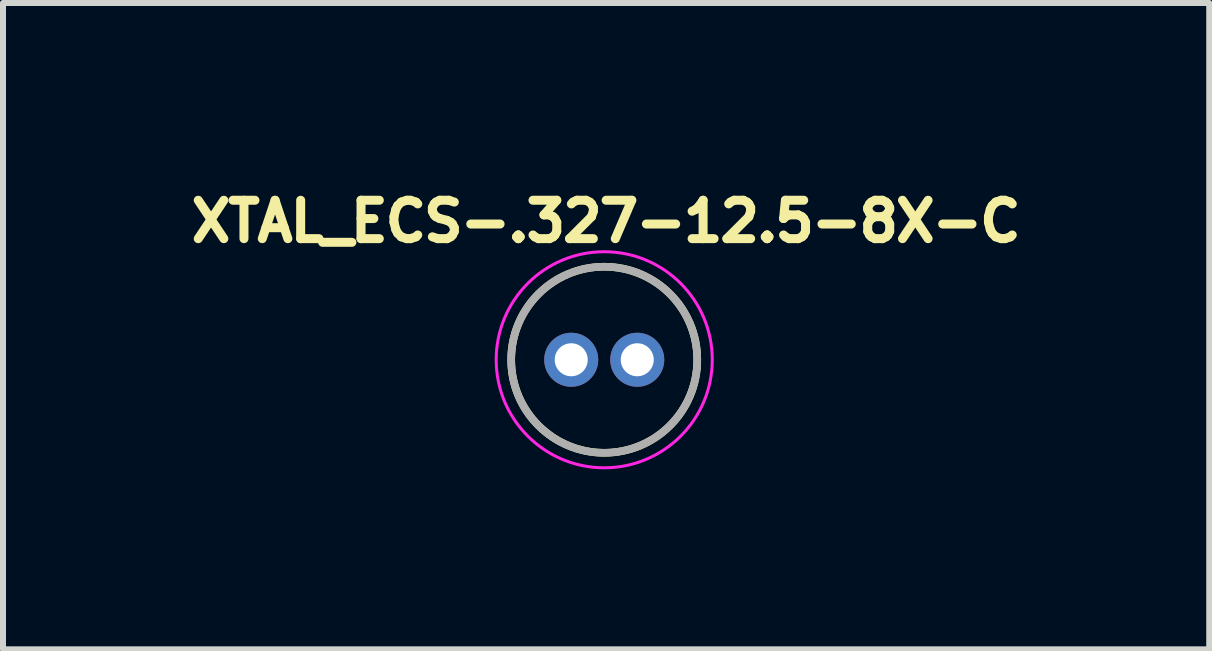
<source format=kicad_pcb>
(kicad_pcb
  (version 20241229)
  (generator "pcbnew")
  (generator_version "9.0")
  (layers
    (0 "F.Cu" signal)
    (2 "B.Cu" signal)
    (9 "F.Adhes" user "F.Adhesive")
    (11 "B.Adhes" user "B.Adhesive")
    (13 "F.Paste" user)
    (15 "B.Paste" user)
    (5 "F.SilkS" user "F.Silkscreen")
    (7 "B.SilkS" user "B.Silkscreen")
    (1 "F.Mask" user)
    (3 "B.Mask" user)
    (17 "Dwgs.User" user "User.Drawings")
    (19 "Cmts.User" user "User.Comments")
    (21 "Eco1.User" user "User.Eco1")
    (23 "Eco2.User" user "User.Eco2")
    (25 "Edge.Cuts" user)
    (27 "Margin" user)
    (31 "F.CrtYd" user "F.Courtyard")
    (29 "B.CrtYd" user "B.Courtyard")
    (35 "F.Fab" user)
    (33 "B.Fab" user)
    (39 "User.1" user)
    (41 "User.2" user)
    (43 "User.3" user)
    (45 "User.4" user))
  (footprint "XTAL_ECS-.327-12.5-8X-C"
    (layer "F.Cu")
    (at 7.017 2.944)
    (property "Reference" "XTAL_ECS-.327-12.5-8X-C" (at 0.032 -2.306 0) (layer "F.SilkS") (effects (font (size 0.64 0.64) (thickness 0.15))))
    (attr through_hole)
    (fp_circle (center 0 0) (end 1.55 0) (stroke (width 0.127) (type solid)) (fill no) (layer "F.SilkS"))
    (fp_circle (center 0 0) (end 1.8 0) (stroke (width 0.05) (type solid)) (fill no) (layer "F.CrtYd"))
    (fp_circle (center 0 0) (end 1.55 0) (stroke (width 0.127) (type solid)) (fill no) (layer "F.Fab"))
    (pad "1" thru_hole circle (at -0.55 0) (size 0.9 0.9) (drill 0.55) (layers "*.Cu" "*.Mask"))
    (pad "2" thru_hole circle (at 0.55 0) (size 0.9 0.9) (drill 0.55) (layers "*.Cu" "*.Mask")))
  (gr_rect
    (start -3 -3)
    (end 17.097 7.769)
    (stroke (width 0.1) (type default))
    (fill no)
    (layer "Edge.Cuts")))
</source>
